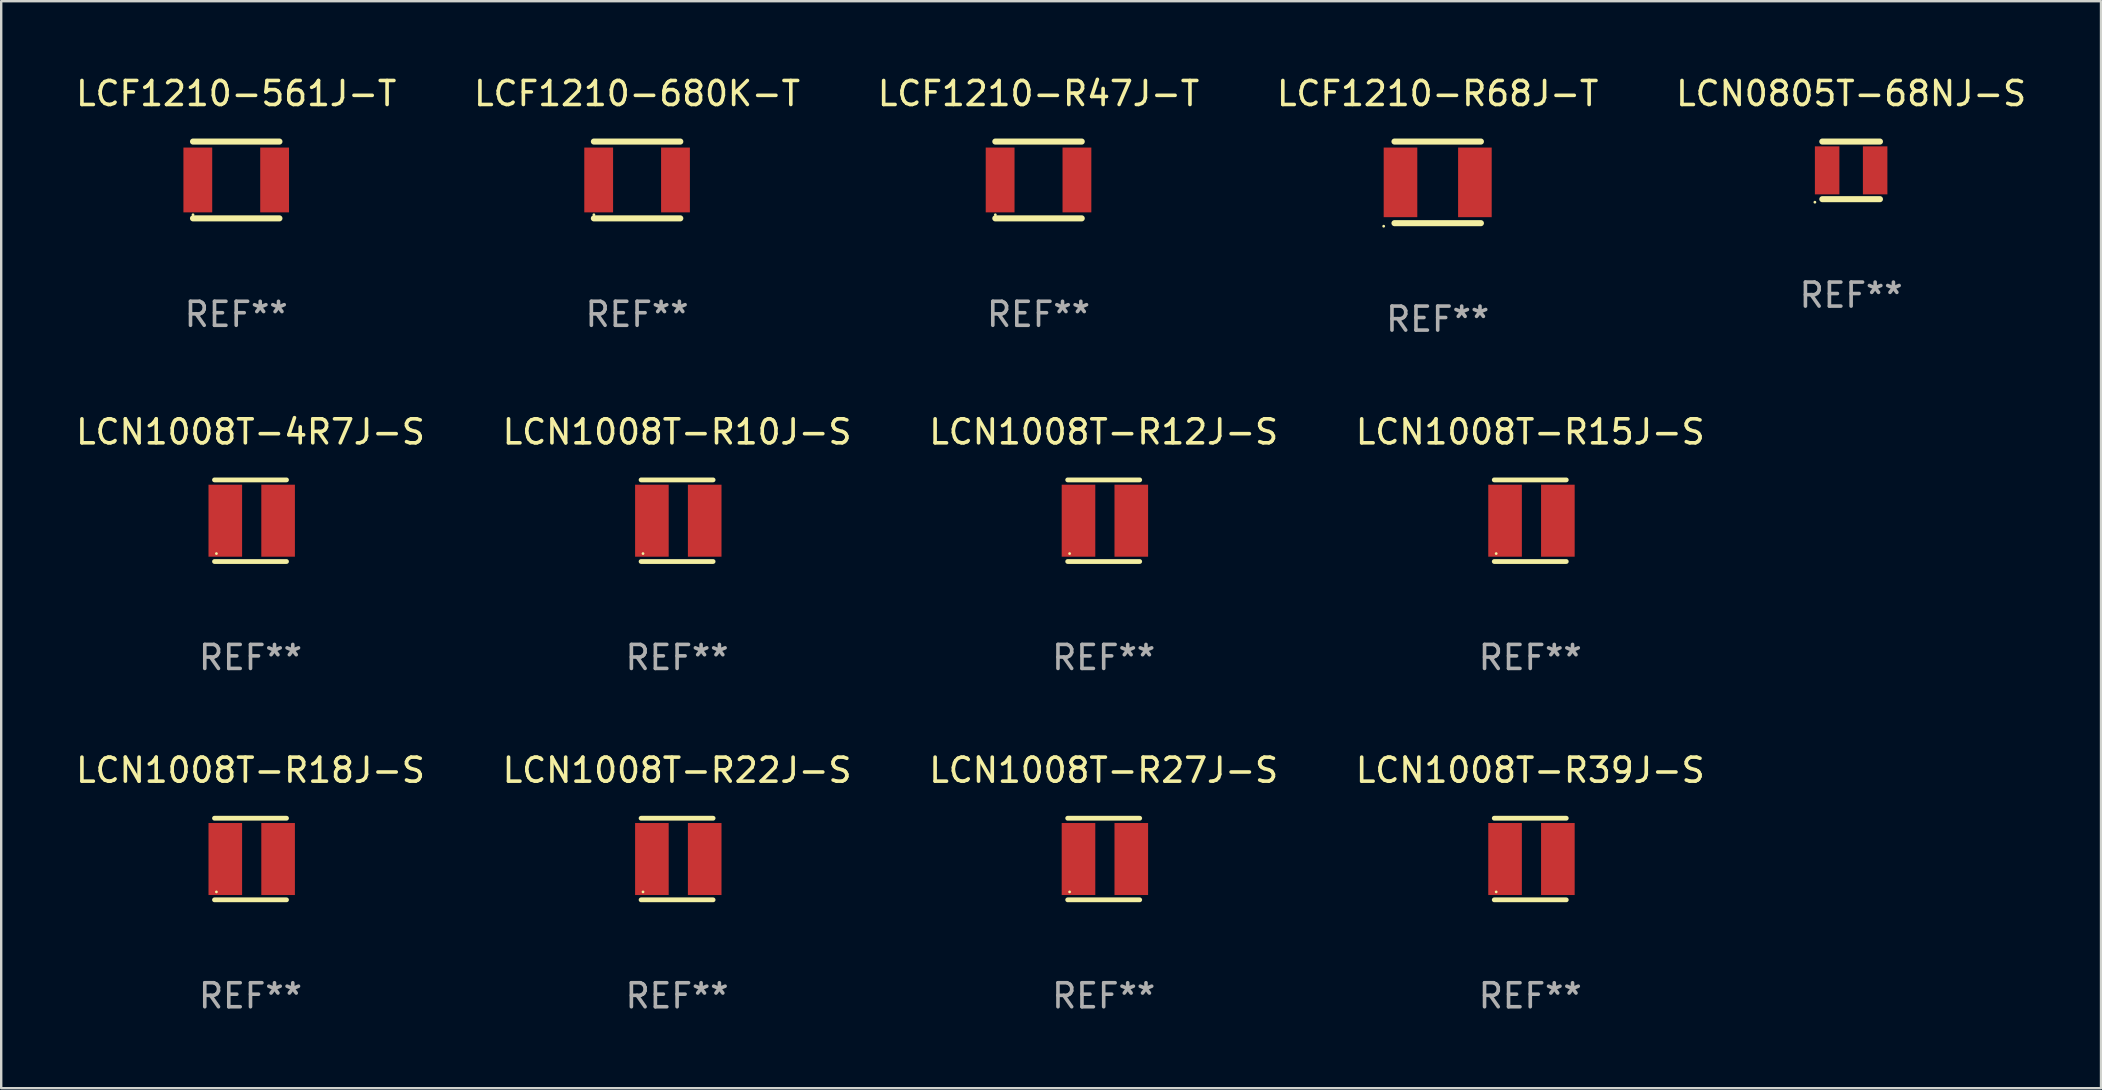
<source format=kicad_pcb>
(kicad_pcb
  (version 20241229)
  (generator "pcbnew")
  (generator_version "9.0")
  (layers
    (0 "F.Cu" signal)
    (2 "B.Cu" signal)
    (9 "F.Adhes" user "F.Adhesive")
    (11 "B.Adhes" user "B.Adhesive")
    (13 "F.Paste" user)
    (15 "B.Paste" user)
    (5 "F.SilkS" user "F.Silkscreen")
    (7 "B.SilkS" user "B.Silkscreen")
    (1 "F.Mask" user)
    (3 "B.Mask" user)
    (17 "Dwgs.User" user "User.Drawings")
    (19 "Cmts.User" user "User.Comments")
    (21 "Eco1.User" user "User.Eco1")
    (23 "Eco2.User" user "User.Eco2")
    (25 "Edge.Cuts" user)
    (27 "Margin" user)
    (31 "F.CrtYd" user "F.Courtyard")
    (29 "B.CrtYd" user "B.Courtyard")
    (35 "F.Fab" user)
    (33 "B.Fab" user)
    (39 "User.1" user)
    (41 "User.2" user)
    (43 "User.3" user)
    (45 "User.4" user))
  (footprint "LCF1210-R47J-T"
    (layer "F.Cu")
    (at 40.22 4.448)
    (property "Reference" "LCF1210-R47J-T" (at 0 -3.6 0) (layer "F.SilkS") (effects (font (size 1 1) (thickness 0.15))))
    (attr through_hole)
    (fp_line (start -1.8 -1.6) (end 1.8 -1.6) (stroke (width 0.254) (type solid)) (layer "F.SilkS"))
    (fp_line (start -1.8 1.6) (end 1.8 1.6) (stroke (width 0.254) (type solid)) (layer "F.SilkS"))
    (fp_circle (center -1.8 1.45) (end -1.77 1.45) (stroke (width 0.06) (type solid)) (fill no) (layer "F.SilkS"))
    (fp_text user "REF**" (at 0 5.6 0) (layer "F.Fab") (effects (font (size 1 1) (thickness 0.15))))
    (pad "1" smd rect (at -1.6 0 90) (size 2.7 1.2) (layers "F.Cu" "F.Mask" "F.Paste"))
    (pad "2" smd rect (at 1.6 0 90) (size 2.7 1.2) (layers "F.Cu" "F.Mask" "F.Paste")))
  (footprint "LCN1008T-R18J-S"
    (layer "F.Cu")
    (at 7.387 32.741)
    (property "Reference" "LCN1008T-R18J-S" (at 0 -3.7 0) (layer "F.SilkS") (effects (font (size 1 1) (thickness 0.15))))
    (attr through_hole)
    (fp_line (start -1.5 -1.7) (end 1.5 -1.7) (stroke (width 0.2) (type solid)) (layer "F.SilkS"))
    (fp_line (start -1.5 1.7) (end 1.5 1.7) (stroke (width 0.2) (type solid)) (layer "F.SilkS"))
    (fp_circle (center -1.42 1.37) (end -1.39 1.37) (stroke (width 0.06) (type solid)) (fill no) (layer "F.SilkS"))
    (fp_text user "REF**" (at 0 5.7 0) (layer "F.Fab") (effects (font (size 1 1) (thickness 0.15))))
    (pad "1" smd rect (at -1.05 0) (size 1.4 3) (layers "F.Cu" "F.Mask" "F.Paste"))
    (pad "2" smd rect (at 1.15 0) (size 1.4 3) (layers "F.Cu" "F.Mask" "F.Paste")))
  (footprint "LCN1008T-R15J-S"
    (layer "F.Cu")
    (at 60.708 18.645)
    (property "Reference" "LCN1008T-R15J-S" (at 0 -3.7 0) (layer "F.SilkS") (effects (font (size 1 1) (thickness 0.15))))
    (attr through_hole)
    (fp_line (start -1.5 -1.7) (end 1.5 -1.7) (stroke (width 0.2) (type solid)) (layer "F.SilkS"))
    (fp_line (start -1.5 1.7) (end 1.5 1.7) (stroke (width 0.2) (type solid)) (layer "F.SilkS"))
    (fp_circle (center -1.42 1.37) (end -1.39 1.37) (stroke (width 0.06) (type solid)) (fill no) (layer "F.SilkS"))
    (fp_text user "REF**" (at 0 5.7 0) (layer "F.Fab") (effects (font (size 1 1) (thickness 0.15))))
    (pad "1" smd rect (at -1.05 0) (size 1.4 3) (layers "F.Cu" "F.Mask" "F.Paste"))
    (pad "2" smd rect (at 1.15 0) (size 1.4 3) (layers "F.Cu" "F.Mask" "F.Paste")))
  (footprint "LCF1210-R68J-T"
    (layer "F.Cu")
    (at 56.851 4.548)
    (property "Reference" "LCF1210-R68J-T" (at 0 -3.7 0) (layer "F.SilkS") (effects (font (size 1 1) (thickness 0.15))))
    (attr through_hole)
    (fp_line (start -1.8 -1.7) (end 1.8 -1.7) (stroke (width 0.254) (type solid)) (layer "F.SilkS"))
    (fp_line (start -1.8 1.7) (end 1.8 1.7) (stroke (width 0.254) (type solid)) (layer "F.SilkS"))
    (fp_circle (center -2.25 1.827) (end -2.22 1.827) (stroke (width 0.06) (type solid)) (fill no) (layer "F.SilkS"))
    (fp_text user "REF**" (at 0 5.7 0) (layer "F.Fab") (effects (font (size 1 1) (thickness 0.15))))
    (pad "1" smd rect (at -1.55 0 90) (size 2.9 1.4) (layers "F.Cu" "F.Mask" "F.Paste"))
    (pad "2" smd rect (at 1.55 0 90) (size 2.9 1.4) (layers "F.Cu" "F.Mask" "F.Paste")))
  (footprint "LCN1008T-R12J-S"
    (layer "F.Cu")
    (at 42.935 18.645)
    (property "Reference" "LCN1008T-R12J-S" (at 0 -3.7 0) (layer "F.SilkS") (effects (font (size 1 1) (thickness 0.15))))
    (attr through_hole)
    (fp_line (start -1.5 -1.7) (end 1.5 -1.7) (stroke (width 0.2) (type solid)) (layer "F.SilkS"))
    (fp_line (start -1.5 1.7) (end 1.5 1.7) (stroke (width 0.2) (type solid)) (layer "F.SilkS"))
    (fp_circle (center -1.42 1.37) (end -1.39 1.37) (stroke (width 0.06) (type solid)) (fill no) (layer "F.SilkS"))
    (fp_text user "REF**" (at 0 5.7 0) (layer "F.Fab") (effects (font (size 1 1) (thickness 0.15))))
    (pad "1" smd rect (at -1.05 0) (size 1.4 3) (layers "F.Cu" "F.Mask" "F.Paste"))
    (pad "2" smd rect (at 1.15 0) (size 1.4 3) (layers "F.Cu" "F.Mask" "F.Paste")))
  (footprint "LCN1008T-R27J-S"
    (layer "F.Cu")
    (at 42.935 32.741)
    (property "Reference" "LCN1008T-R27J-S" (at 0 -3.7 0) (layer "F.SilkS") (effects (font (size 1 1) (thickness 0.15))))
    (attr through_hole)
    (fp_line (start -1.5 -1.7) (end 1.5 -1.7) (stroke (width 0.2) (type solid)) (layer "F.SilkS"))
    (fp_line (start -1.5 1.7) (end 1.5 1.7) (stroke (width 0.2) (type solid)) (layer "F.SilkS"))
    (fp_circle (center -1.42 1.37) (end -1.39 1.37) (stroke (width 0.06) (type solid)) (fill no) (layer "F.SilkS"))
    (fp_text user "REF**" (at 0 5.7 0) (layer "F.Fab") (effects (font (size 1 1) (thickness 0.15))))
    (pad "1" smd rect (at -1.05 0) (size 1.4 3) (layers "F.Cu" "F.Mask" "F.Paste"))
    (pad "2" smd rect (at 1.15 0) (size 1.4 3) (layers "F.Cu" "F.Mask" "F.Paste")))
  (footprint "LCN1008T-R39J-S"
    (layer "F.Cu")
    (at 60.708 32.741)
    (property "Reference" "LCN1008T-R39J-S" (at 0 -3.7 0) (layer "F.SilkS") (effects (font (size 1 1) (thickness 0.15))))
    (attr through_hole)
    (fp_line (start -1.5 -1.7) (end 1.5 -1.7) (stroke (width 0.2) (type solid)) (layer "F.SilkS"))
    (fp_line (start -1.5 1.7) (end 1.5 1.7) (stroke (width 0.2) (type solid)) (layer "F.SilkS"))
    (fp_circle (center -1.42 1.37) (end -1.39 1.37) (stroke (width 0.06) (type solid)) (fill no) (layer "F.SilkS"))
    (fp_text user "REF**" (at 0 5.7 0) (layer "F.Fab") (effects (font (size 1 1) (thickness 0.15))))
    (pad "1" smd rect (at -1.05 0) (size 1.4 3) (layers "F.Cu" "F.Mask" "F.Paste"))
    (pad "2" smd rect (at 1.15 0) (size 1.4 3) (layers "F.Cu" "F.Mask" "F.Paste")))
  (footprint "LCN0805T-68NJ-S"
    (layer "F.Cu")
    (at 74.077 4.048)
    (property "Reference" "LCN0805T-68NJ-S" (at 0 -3.2 0) (layer "F.SilkS") (effects (font (size 1 1) (thickness 0.15))))
    (attr through_hole)
    (fp_line (start -1.2 -1.2) (end 1.2 -1.2) (stroke (width 0.254) (type solid)) (layer "F.SilkS"))
    (fp_line (start -1.2 1.2) (end 1.2 1.2) (stroke (width 0.254) (type solid)) (layer "F.SilkS"))
    (fp_circle (center -1.51 1.327) (end -1.48 1.327) (stroke (width 0.06) (type solid)) (fill no) (layer "F.SilkS"))
    (fp_text user "REF**" (at 0 5.2 0) (layer "F.Fab") (effects (font (size 1 1) (thickness 0.15))))
    (pad "1" smd rect (at -1 0) (size 1.02 2) (layers "F.Cu" "F.Mask" "F.Paste"))
    (pad "2" smd rect (at 1 0) (size 1.02 2) (layers "F.Cu" "F.Mask" "F.Paste")))
  (footprint "LCN1008T-4R7J-S"
    (layer "F.Cu")
    (at 7.387 18.645)
    (property "Reference" "LCN1008T-4R7J-S" (at 0 -3.7 0) (layer "F.SilkS") (effects (font (size 1 1) (thickness 0.15))))
    (attr through_hole)
    (fp_line (start -1.5 -1.7) (end 1.5 -1.7) (stroke (width 0.2) (type solid)) (layer "F.SilkS"))
    (fp_line (start -1.5 1.7) (end 1.5 1.7) (stroke (width 0.2) (type solid)) (layer "F.SilkS"))
    (fp_circle (center -1.42 1.37) (end -1.39 1.37) (stroke (width 0.06) (type solid)) (fill no) (layer "F.SilkS"))
    (fp_text user "REF**" (at 0 5.7 0) (layer "F.Fab") (effects (font (size 1 1) (thickness 0.15))))
    (pad "1" smd rect (at -1.05 0) (size 1.4 3) (layers "F.Cu" "F.Mask" "F.Paste"))
    (pad "2" smd rect (at 1.15 0) (size 1.4 3) (layers "F.Cu" "F.Mask" "F.Paste")))
  (footprint "LCF1210-561J-T"
    (layer "F.Cu")
    (at 6.792 4.448)
    (property "Reference" "LCF1210-561J-T" (at 0 -3.6 0) (layer "F.SilkS") (effects (font (size 1 1) (thickness 0.15))))
    (attr through_hole)
    (fp_line (start -1.8 -1.6) (end 1.8 -1.6) (stroke (width 0.254) (type solid)) (layer "F.SilkS"))
    (fp_line (start -1.8 1.6) (end 1.8 1.6) (stroke (width 0.254) (type solid)) (layer "F.SilkS"))
    (fp_circle (center -1.8 1.45) (end -1.77 1.45) (stroke (width 0.06) (type solid)) (fill no) (layer "F.SilkS"))
    (fp_text user "REF**" (at 0 5.6 0) (layer "F.Fab") (effects (font (size 1 1) (thickness 0.15))))
    (pad "1" smd rect (at -1.6 0 90) (size 2.7 1.2) (layers "F.Cu" "F.Mask" "F.Paste"))
    (pad "2" smd rect (at 1.6 0 90) (size 2.7 1.2) (layers "F.Cu" "F.Mask" "F.Paste")))
  (footprint "LCF1210-680K-T"
    (layer "F.Cu")
    (at 23.494 4.448)
    (property "Reference" "LCF1210-680K-T" (at 0 -3.6 0) (layer "F.SilkS") (effects (font (size 1 1) (thickness 0.15))))
    (attr through_hole)
    (fp_line (start -1.8 -1.6) (end 1.8 -1.6) (stroke (width 0.254) (type solid)) (layer "F.SilkS"))
    (fp_line (start -1.8 1.6) (end 1.8 1.6) (stroke (width 0.254) (type solid)) (layer "F.SilkS"))
    (fp_circle (center -1.8 1.45) (end -1.77 1.45) (stroke (width 0.06) (type solid)) (fill no) (layer "F.SilkS"))
    (fp_text user "REF**" (at 0 5.6 0) (layer "F.Fab") (effects (font (size 1 1) (thickness 0.15))))
    (pad "1" smd rect (at -1.6 0 90) (size 2.7 1.2) (layers "F.Cu" "F.Mask" "F.Paste"))
    (pad "2" smd rect (at 1.6 0 90) (size 2.7 1.2) (layers "F.Cu" "F.Mask" "F.Paste")))
  (footprint "LCN1008T-R22J-S"
    (layer "F.Cu")
    (at 25.161 32.741)
    (property "Reference" "LCN1008T-R22J-S" (at 0 -3.7 0) (layer "F.SilkS") (effects (font (size 1 1) (thickness 0.15))))
    (attr through_hole)
    (fp_line (start -1.5 -1.7) (end 1.5 -1.7) (stroke (width 0.2) (type solid)) (layer "F.SilkS"))
    (fp_line (start -1.5 1.7) (end 1.5 1.7) (stroke (width 0.2) (type solid)) (layer "F.SilkS"))
    (fp_circle (center -1.42 1.37) (end -1.39 1.37) (stroke (width 0.06) (type solid)) (fill no) (layer "F.SilkS"))
    (fp_text user "REF**" (at 0 5.7 0) (layer "F.Fab") (effects (font (size 1 1) (thickness 0.15))))
    (pad "1" smd rect (at -1.05 0) (size 1.4 3) (layers "F.Cu" "F.Mask" "F.Paste"))
    (pad "2" smd rect (at 1.15 0) (size 1.4 3) (layers "F.Cu" "F.Mask" "F.Paste")))
  (footprint "LCN1008T-R10J-S"
    (layer "F.Cu")
    (at 25.161 18.645)
    (property "Reference" "LCN1008T-R10J-S" (at 0 -3.7 0) (layer "F.SilkS") (effects (font (size 1 1) (thickness 0.15))))
    (attr through_hole)
    (fp_line (start -1.5 -1.7) (end 1.5 -1.7) (stroke (width 0.2) (type solid)) (layer "F.SilkS"))
    (fp_line (start -1.5 1.7) (end 1.5 1.7) (stroke (width 0.2) (type solid)) (layer "F.SilkS"))
    (fp_circle (center -1.42 1.37) (end -1.39 1.37) (stroke (width 0.06) (type solid)) (fill no) (layer "F.SilkS"))
    (fp_text user "REF**" (at 0 5.7 0) (layer "F.Fab") (effects (font (size 1 1) (thickness 0.15))))
    (pad "1" smd rect (at -1.05 0) (size 1.4 3) (layers "F.Cu" "F.Mask" "F.Paste"))
    (pad "2" smd rect (at 1.15 0) (size 1.4 3) (layers "F.Cu" "F.Mask" "F.Paste")))
  (gr_rect
    (start -3 -3)
    (end 84.488 42.29)
    (stroke (width 0.1) (type default))
    (fill no)
    (layer "Edge.Cuts")))
</source>
